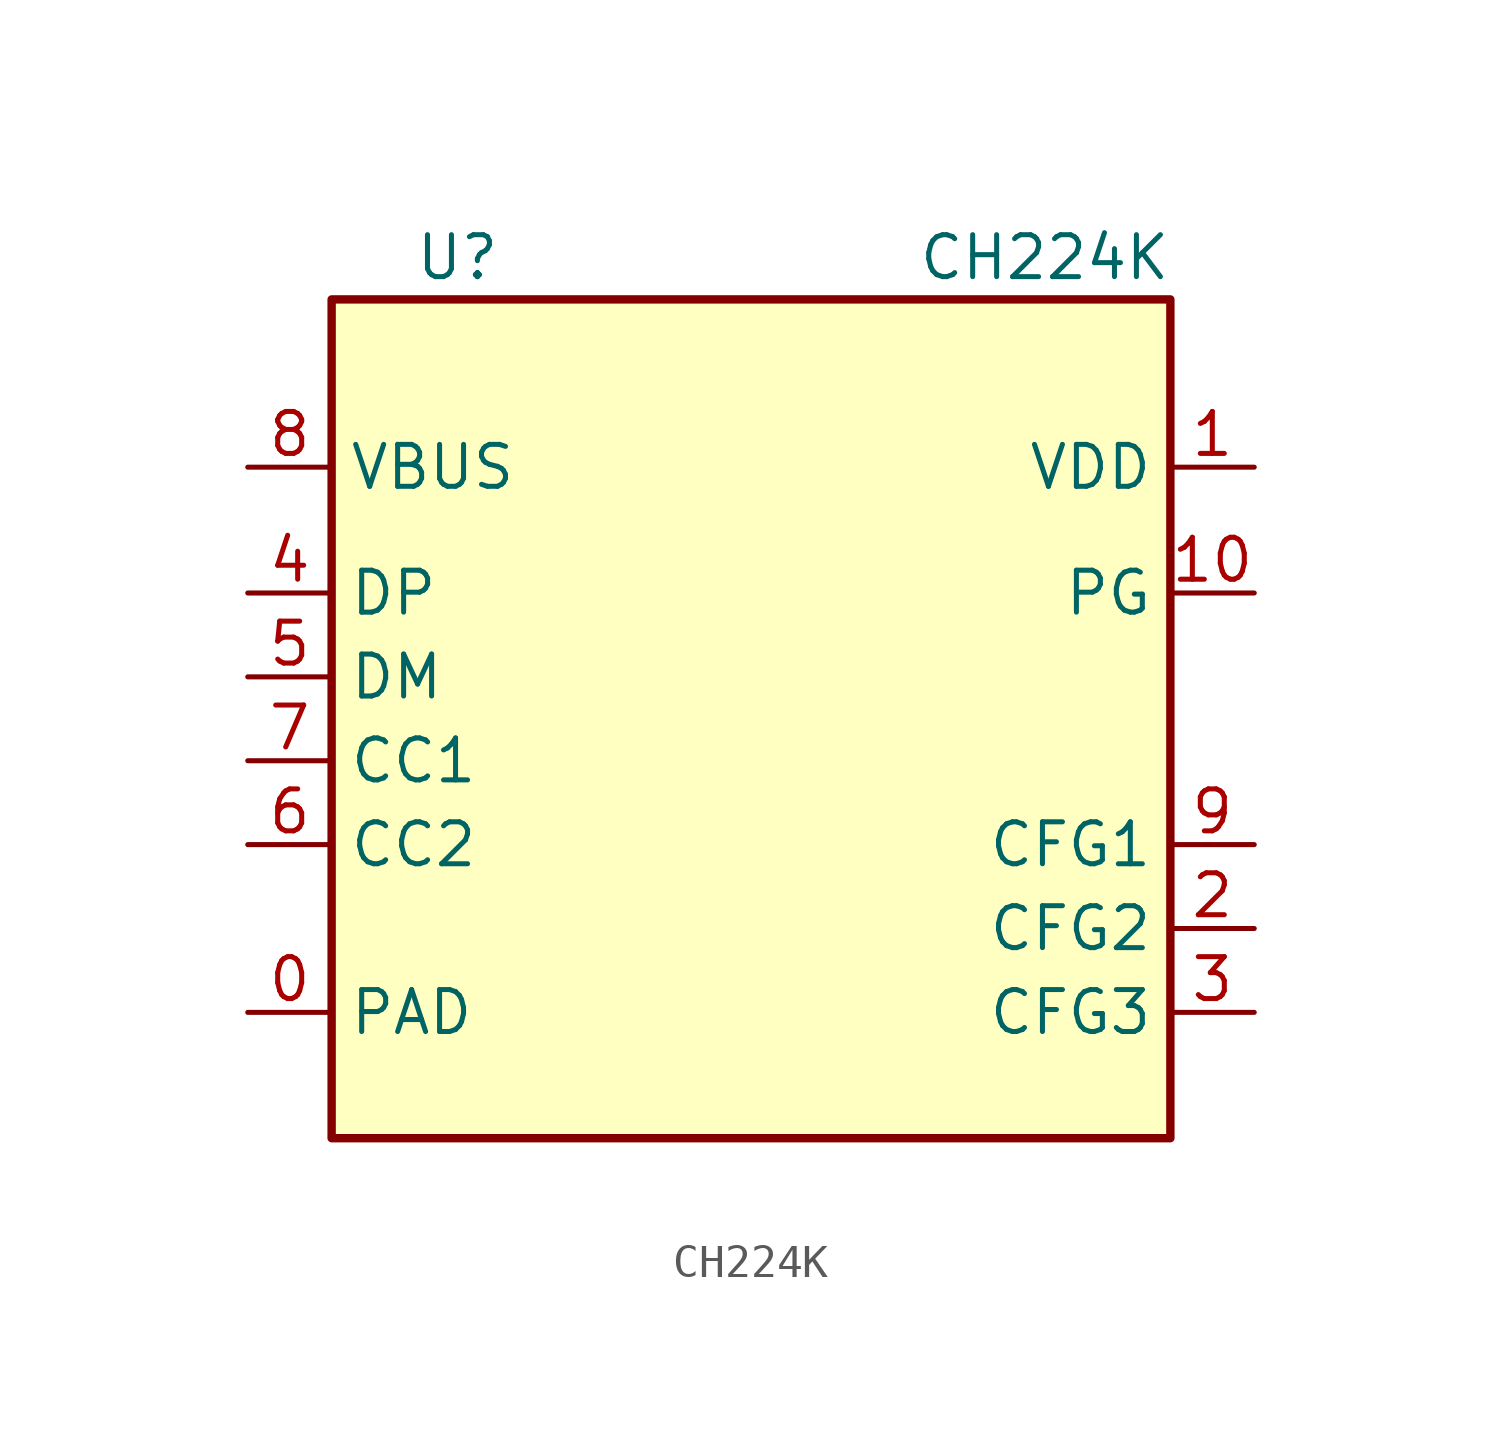
<source format=kicad_sym>
(kicad_symbol_lib
  (version 20231120)
  (generator "kicad_symbol_editor")
  (generator_version "8.0")
  (symbol "CH224K"
    (property "Reference" "U"
      (at -8.89 13.97 0)
      (effects (font (size 1.27 1.27))))
    (property "Value" "CH224K"
      (at 8.89 13.97 0)
      (effects (font (size 1.27 1.27))))
    (symbol "CH224K_0_1"
      (rectangle (start -12.7 12.7) (end 12.7 -12.7) (stroke (width 0.254) (type default)) (fill (type background))))
    (symbol "CH224K_1_1"
      (pin power_in line (at -15.24 -8.89 0) (length 2.54) (name "PAD" (effects (font (size 1.27 1.27)))) (number "0" (effects (font (size 1.27 1.27)))))
      (pin power_in line (at 15.24 7.62 180) (length 2.54) (name "VDD" (effects (font (size 1.27 1.27)))) (number "1" (effects (font (size 1.27 1.27)))))
      (pin open_collector line (at 15.24 3.81 180) (length 2.54) (name "PG" (effects (font (size 1.27 1.27)))) (number "10" (effects (font (size 1.27 1.27)))))
      (pin passive line (at 15.24 -6.35 180) (length 2.54) (name "CFG2" (effects (font (size 1.27 1.27)))) (number "2" (effects (font (size 1.27 1.27)))))
      (pin passive line (at 15.24 -8.89 180) (length 2.54) (name "CFG3" (effects (font (size 1.27 1.27)))) (number "3" (effects (font (size 1.27 1.27)))))
      (pin bidirectional line (at -15.24 3.81 0) (length 2.54) (name "DP" (effects (font (size 1.27 1.27)))) (number "4" (effects (font (size 1.27 1.27)))))
      (pin bidirectional line (at -15.24 1.27 0) (length 2.54) (name "DM" (effects (font (size 1.27 1.27)))) (number "5" (effects (font (size 1.27 1.27)))))
      (pin bidirectional line (at -15.24 -3.81 0) (length 2.54) (name "CC2" (effects (font (size 1.27 1.27)))) (number "6" (effects (font (size 1.27 1.27)))))
      (pin bidirectional line (at -15.24 -1.27 0) (length 2.54) (name "CC1" (effects (font (size 1.27 1.27)))) (number "7" (effects (font (size 1.27 1.27)))))
      (pin passive line (at -15.24 7.62 0) (length 2.54) (name "VBUS" (effects (font (size 1.27 1.27)))) (number "8" (effects (font (size 1.27 1.27)))))
      (pin passive line (at 15.24 -3.81 180) (length 2.54) (name "CFG1" (effects (font (size 1.27 1.27)))) (number "9" (effects (font (size 1.27 1.27))))))))
</source>
